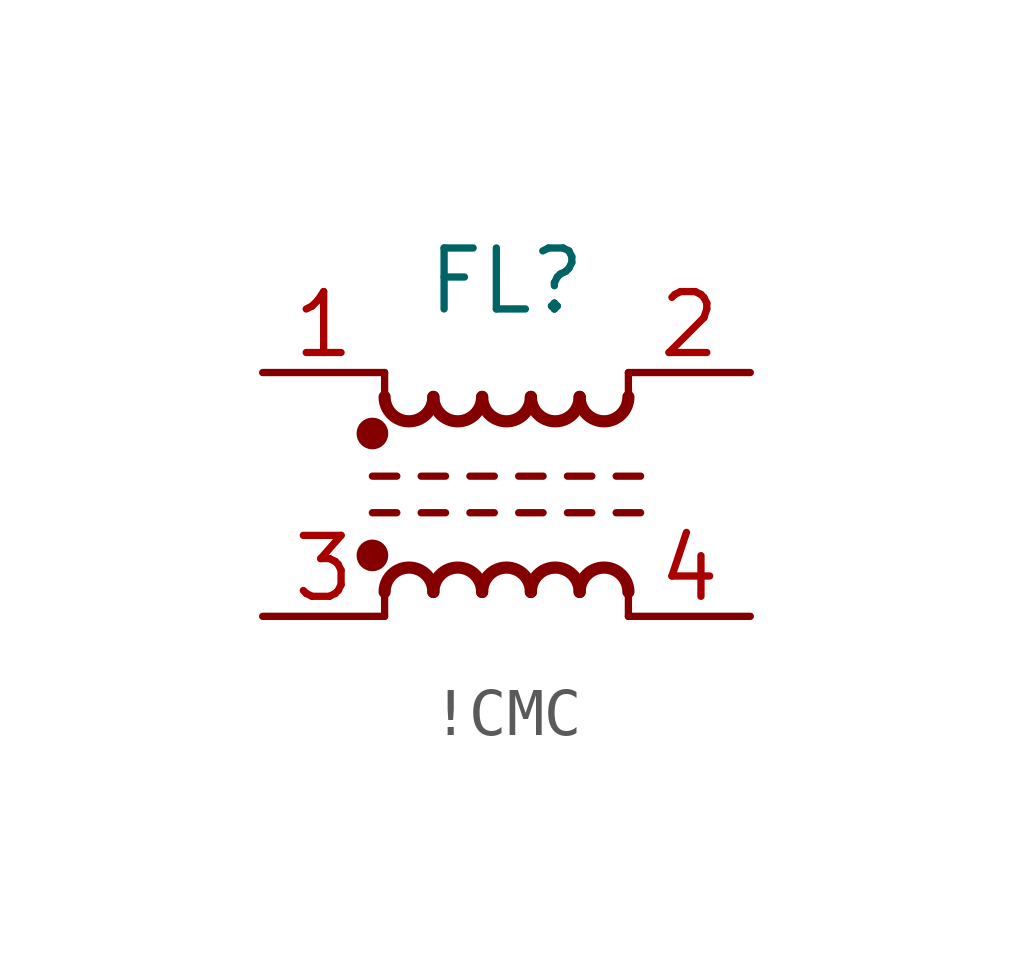
<source format=kicad_sym>
(kicad_symbol_lib
  (version 20241209)
  (generator "kicad_symbol_editor")
  (generator_version "9.0")
  (symbol "!CMC"
    (pin_names
      (offset 0.254)
      (hide yes))
    (property "Reference" "FL"
      (at 5.08 1.905 0)
      (effects (font (size 1.27 1.27))))
    (symbol "!CMC_0_1"
      (circle (center 2.286 -1.27) (radius 0.254) (stroke (width 0) (type default)) (fill (type outline)))
      (polyline (pts (xy 2.286 -2.159) (xy 2.794 -2.159)) (stroke (width 0) (type default)) (fill (type none)))
      (polyline (pts (xy 2.286 -2.921) (xy 2.794 -2.921)) (stroke (width 0) (type default)) (fill (type none)))
      (circle (center 2.286 -3.81) (radius 0.254) (stroke (width 0) (type default)) (fill (type outline)))
      (polyline (pts (xy 2.54 -0.508) (xy 2.54 0)) (stroke (width 0) (type default)) (fill (type none)))
      (polyline (pts (xy 2.54 -4.572) (xy 2.54 -5.08)) (stroke (width 0) (type default)) (fill (type none)))
      (arc (start 3.556 -0.508) (mid 3.048 -1.0138) (end 2.54 -0.508) (stroke (width 0.254) (type default)) (fill (type none)))
      (arc (start 2.54 -4.572) (mid 3.048 -4.0662) (end 3.556 -4.572) (stroke (width 0.254) (type default)) (fill (type none)))
      (polyline (pts (xy 3.302 -2.159) (xy 3.81 -2.159)) (stroke (width 0) (type default)) (fill (type none)))
      (polyline (pts (xy 3.302 -2.921) (xy 3.81 -2.921)) (stroke (width 0) (type default)) (fill (type none)))
      (arc (start 4.572 -0.508) (mid 4.064 -1.0138) (end 3.556 -0.508) (stroke (width 0.254) (type default)) (fill (type none)))
      (arc (start 3.556 -4.572) (mid 4.064 -4.0662) (end 4.572 -4.572) (stroke (width 0.254) (type default)) (fill (type none)))
      (polyline (pts (xy 4.318 -2.159) (xy 4.826 -2.159)) (stroke (width 0) (type default)) (fill (type none)))
      (polyline (pts (xy 4.318 -2.921) (xy 4.826 -2.921)) (stroke (width 0) (type default)) (fill (type none)))
      (arc (start 5.588 -0.508) (mid 5.08 -1.0138) (end 4.572 -0.508) (stroke (width 0.254) (type default)) (fill (type none)))
      (arc (start 4.572 -4.572) (mid 5.08 -4.0662) (end 5.588 -4.572) (stroke (width 0.254) (type default)) (fill (type none)))
      (polyline (pts (xy 5.334 -2.159) (xy 5.842 -2.159)) (stroke (width 0) (type default)) (fill (type none)))
      (polyline (pts (xy 5.334 -2.921) (xy 5.842 -2.921)) (stroke (width 0) (type default)) (fill (type none)))
      (arc (start 6.604 -0.508) (mid 6.096 -1.0138) (end 5.588 -0.508) (stroke (width 0.254) (type default)) (fill (type none)))
      (arc (start 5.588 -4.572) (mid 6.096 -4.0662) (end 6.604 -4.572) (stroke (width 0.254) (type default)) (fill (type none)))
      (polyline (pts (xy 6.35 -2.159) (xy 6.858 -2.159)) (stroke (width 0) (type default)) (fill (type none)))
      (polyline (pts (xy 6.35 -2.921) (xy 6.858 -2.921)) (stroke (width 0) (type default)) (fill (type none)))
      (arc (start 7.62 -0.508) (mid 7.112 -1.0138) (end 6.604 -0.508) (stroke (width 0.254) (type default)) (fill (type none)))
      (arc (start 6.604 -4.572) (mid 7.112 -4.0662) (end 7.62 -4.572) (stroke (width 0.254) (type default)) (fill (type none)))
      (polyline (pts (xy 7.366 -2.159) (xy 7.874 -2.159)) (stroke (width 0) (type default)) (fill (type none)))
      (polyline (pts (xy 7.366 -2.921) (xy 7.874 -2.921)) (stroke (width 0) (type default)) (fill (type none)))
      (polyline (pts (xy 7.62 0) (xy 7.62 -0.508)) (stroke (width 0) (type default)) (fill (type none)))
      (polyline (pts (xy 7.62 -4.572) (xy 7.62 -5.08)) (stroke (width 0) (type default)) (fill (type none))))
    (symbol "!CMC_1_1"
      (pin passive line (at 0 0 0) (length 2.54) (name "1" (effects (font (size 1.27 1.27)))) (number "1" (effects (font (size 1.27 1.27)))))
      (pin passive line (at 0 -5.08 0) (length 2.54) (name "3" (effects (font (size 1.27 1.27)))) (number "3" (effects (font (size 1.27 1.27)))))
      (pin passive line (at 10.16 0 180) (length 2.54) (name "2" (effects (font (size 1.27 1.27)))) (number "2" (effects (font (size 1.27 1.27)))))
      (pin passive line (at 10.16 -5.08 180) (length 2.54) (name "4" (effects (font (size 1.27 1.27)))) (number "4" (effects (font (size 1.27 1.27))))))))
</source>
